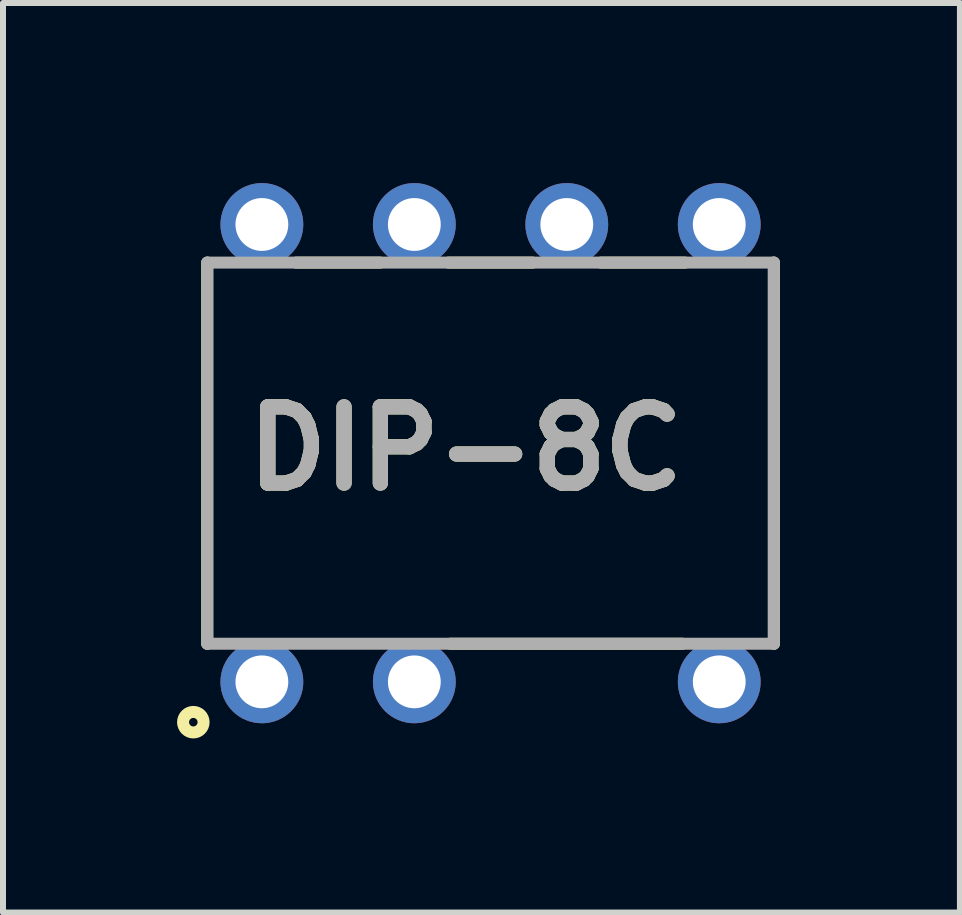
<source format=kicad_pcb>
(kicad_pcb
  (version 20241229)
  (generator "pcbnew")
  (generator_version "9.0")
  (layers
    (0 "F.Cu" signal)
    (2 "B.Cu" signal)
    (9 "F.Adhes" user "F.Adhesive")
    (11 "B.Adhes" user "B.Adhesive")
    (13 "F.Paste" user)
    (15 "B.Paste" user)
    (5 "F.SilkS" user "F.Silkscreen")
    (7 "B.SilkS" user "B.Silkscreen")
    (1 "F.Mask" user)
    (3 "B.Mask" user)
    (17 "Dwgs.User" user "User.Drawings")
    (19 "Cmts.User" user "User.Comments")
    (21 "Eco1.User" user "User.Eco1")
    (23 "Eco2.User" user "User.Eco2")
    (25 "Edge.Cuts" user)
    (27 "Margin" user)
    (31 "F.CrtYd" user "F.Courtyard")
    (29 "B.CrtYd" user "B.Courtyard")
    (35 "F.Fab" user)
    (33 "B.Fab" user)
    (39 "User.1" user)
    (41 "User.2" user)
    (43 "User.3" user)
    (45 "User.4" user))
  (footprint "DIP-8C"
    (layer "F.Cu")
    (at 2.583 0.69)
    (property "Reference" "DIP-8C" (at 2.125 3.734 0) (layer "F.SilkS") (effects (font (size 1.27 1.27) (thickness 0.254))))
    (attr through_hole)
    (fp_line (start -2.18 6.985) (end -2.18 0.635) (stroke (width 0.2) (type solid)) (layer "F.SilkS"))
    (fp_line (start -0.7 0.635) (end 0.7 0.635) (stroke (width 0.2) (type solid)) (layer "F.SilkS"))
    (fp_line (start 1.84 0.635) (end 3.24 0.635) (stroke (width 0.2) (type solid)) (layer "F.SilkS"))
    (fp_line (start 1.871 6.985) (end 5.736 6.985) (stroke (width 0.2) (type solid)) (layer "F.SilkS"))
    (fp_line (start 4.38 0.635) (end 5.78 0.635) (stroke (width 0.2) (type solid)) (layer "F.SilkS"))
    (fp_line (start 7.26 0.635) (end 7.26 6.985) (stroke (width 0.2) (type solid)) (layer "F.SilkS"))
    (fp_circle (center -2.412 8.292) (end -2.412 8.363) (stroke (width 0.2) (type solid)) (fill no) (layer "F.SilkS"))
    (fp_line (start -2.18 0.635) (end 7.26 0.635) (stroke (width 0.2) (type solid)) (layer "F.Fab"))
    (fp_line (start -2.18 6.985) (end -2.18 0.635) (stroke (width 0.2) (type solid)) (layer "F.Fab"))
    (fp_line (start 7.26 0.635) (end 7.26 6.985) (stroke (width 0.2) (type solid)) (layer "F.Fab"))
    (fp_line (start 7.26 6.985) (end -2.18 6.985) (stroke (width 0.2) (type solid)) (layer "F.Fab"))
    (fp_text user "${REFERENCE}" (at 2.125 3.734 0) (layer "F.Fab") (effects (font (size 1.27 1.27) (thickness 0.254))))
    (pad "1" thru_hole circle (at -1.27 7.62) (size 1.38 1.38) (drill 0.88) (layers "*.Cu" "*.Mask"))
    (pad "2" thru_hole circle (at 1.27 7.62) (size 1.38 1.38) (drill 0.88) (layers "*.Cu" "*.Mask"))
    (pad "4" thru_hole circle (at 6.35 7.62) (size 1.38 1.38) (drill 0.88) (layers "*.Cu" "*.Mask"))
    (pad "5" thru_hole circle (at 6.35 0) (size 1.38 1.38) (drill 0.88) (layers "*.Cu" "*.Mask"))
    (pad "6" thru_hole circle (at 3.81 0) (size 1.38 1.38) (drill 0.88) (layers "*.Cu" "*.Mask"))
    (pad "7" thru_hole circle (at 1.27 0) (size 1.38 1.38) (drill 0.88) (layers "*.Cu" "*.Mask"))
    (pad "8" thru_hole circle (at -1.27 0) (size 1.38 1.38) (drill 0.88) (layers "*.Cu" "*.Mask")))
  (gr_rect
    (start -3 -3)
    (end 12.943 12.153)
    (stroke (width 0.1) (type default))
    (fill no)
    (layer "Edge.Cuts")))
</source>
